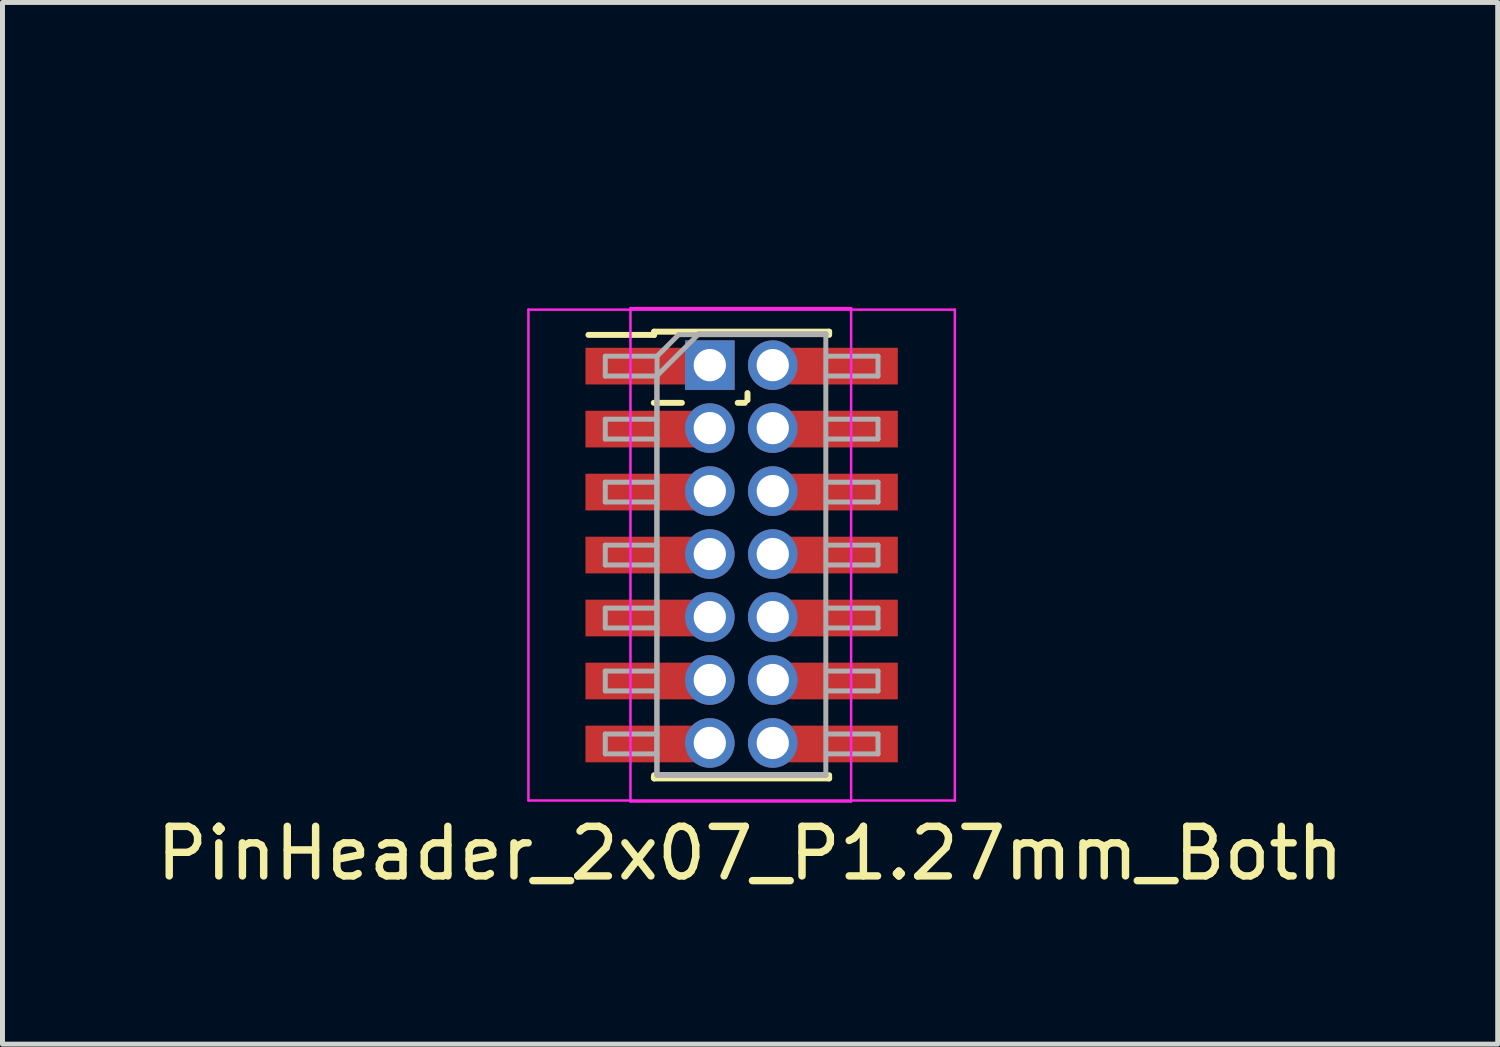
<source format=kicad_pcb>
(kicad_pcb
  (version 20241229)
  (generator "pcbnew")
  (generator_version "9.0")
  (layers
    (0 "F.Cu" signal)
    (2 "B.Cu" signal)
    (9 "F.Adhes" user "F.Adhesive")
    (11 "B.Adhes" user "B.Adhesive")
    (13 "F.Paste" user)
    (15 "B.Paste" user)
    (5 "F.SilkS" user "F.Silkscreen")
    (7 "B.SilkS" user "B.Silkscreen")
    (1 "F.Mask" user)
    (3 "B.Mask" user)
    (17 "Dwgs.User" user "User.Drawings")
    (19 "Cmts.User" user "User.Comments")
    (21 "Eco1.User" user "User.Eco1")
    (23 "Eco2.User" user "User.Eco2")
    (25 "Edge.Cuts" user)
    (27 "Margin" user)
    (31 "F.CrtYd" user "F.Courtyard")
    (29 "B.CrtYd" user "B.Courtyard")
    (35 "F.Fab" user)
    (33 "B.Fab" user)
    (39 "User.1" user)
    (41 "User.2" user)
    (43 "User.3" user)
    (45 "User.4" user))
  (footprint "PinHeader_2x07_P1.27mm_Both"
    (layer "F.Cu")
    (at 12.027 0.25)
    (property "Reference" "PinHeader_2x07_P1.27mm_Both" (at 0.05 13.91 0) (layer "F.SilkS") (effects (font (size 1 1) (thickness 0.15))))
    (attr through_hole)
    (fp_line (start -3.21 3.454) (end -1.885 3.454) (stroke (width 0.12) (type solid)) (layer "F.SilkS"))
    (fp_line (start -1.892 4.824) (end -1.325 4.824) (stroke (width 0.12) (type solid)) (layer "F.SilkS"))
    (fp_line (start -1.892 12.379) (end -1.07 12.379) (stroke (width 0.12) (type solid)) (layer "F.SilkS"))
    (fp_line (start -1.885 3.389) (end -1.885 3.454) (stroke (width 0.12) (type solid)) (layer "F.SilkS"))
    (fp_line (start -1.885 3.389) (end 1.645 3.389) (stroke (width 0.12) (type solid)) (layer "F.SilkS"))
    (fp_line (start -1.885 12.334) (end -1.885 12.399) (stroke (width 0.12) (type solid)) (layer "F.SilkS"))
    (fp_line (start -1.885 12.399) (end 1.645 12.399) (stroke (width 0.12) (type solid)) (layer "F.SilkS"))
    (fp_line (start -0.454 12.379) (end 0.2 12.379) (stroke (width 0.12) (type solid)) (layer "F.SilkS"))
    (fp_line (start -0.199 4.824) (end -0.055 4.824) (stroke (width 0.12) (type solid)) (layer "F.SilkS"))
    (fp_line (start -0.002 4.771) (end -0.002 4.627) (stroke (width 0.12) (type solid)) (layer "F.SilkS"))
    (fp_line (start 0.816 12.379) (end 1.638 12.379) (stroke (width 0.12) (type solid)) (layer "F.SilkS"))
    (fp_line (start 1.645 3.389) (end 1.645 3.454) (stroke (width 0.12) (type solid)) (layer "F.SilkS"))
    (fp_line (start 1.645 12.334) (end 1.645 12.399) (stroke (width 0.12) (type solid)) (layer "F.SilkS"))
    (fp_line (start -4.42 2.944) (end -4.42 12.844) (stroke (width 0.05) (type solid)) (layer "F.CrtYd"))
    (fp_line (start -4.42 12.844) (end 4.18 12.844) (stroke (width 0.05) (type solid)) (layer "F.CrtYd"))
    (fp_line (start -2.362 2.914) (end -2.362 12.864) (stroke (width 0.05) (type solid)) (layer "F.CrtYd"))
    (fp_line (start -2.362 12.864) (end 2.088 12.864) (stroke (width 0.05) (type solid)) (layer "F.CrtYd"))
    (fp_line (start 2.088 2.914) (end -2.362 2.914) (stroke (width 0.05) (type solid)) (layer "F.CrtYd"))
    (fp_line (start 2.088 12.864) (end 2.088 2.914) (stroke (width 0.05) (type solid)) (layer "F.CrtYd"))
    (fp_line (start 4.18 2.944) (end -4.42 2.944) (stroke (width 0.05) (type solid)) (layer "F.CrtYd"))
    (fp_line (start 4.18 12.844) (end 4.18 2.944) (stroke (width 0.05) (type solid)) (layer "F.CrtYd"))
    (fp_line (start -2.87 3.884) (end -2.87 4.284) (stroke (width 0.1) (type solid)) (layer "F.Fab"))
    (fp_line (start -2.87 4.284) (end -1.825 4.284) (stroke (width 0.1) (type solid)) (layer "F.Fab"))
    (fp_line (start -2.87 5.154) (end -2.87 5.554) (stroke (width 0.1) (type solid)) (layer "F.Fab"))
    (fp_line (start -2.87 5.554) (end -1.825 5.554) (stroke (width 0.1) (type solid)) (layer "F.Fab"))
    (fp_line (start -2.87 6.424) (end -2.87 6.824) (stroke (width 0.1) (type solid)) (layer "F.Fab"))
    (fp_line (start -2.87 6.824) (end -1.825 6.824) (stroke (width 0.1) (type solid)) (layer "F.Fab"))
    (fp_line (start -2.87 7.694) (end -2.87 8.094) (stroke (width 0.1) (type solid)) (layer "F.Fab"))
    (fp_line (start -2.87 8.094) (end -1.825 8.094) (stroke (width 0.1) (type solid)) (layer "F.Fab"))
    (fp_line (start -2.87 8.964) (end -2.87 9.364) (stroke (width 0.1) (type solid)) (layer "F.Fab"))
    (fp_line (start -2.87 9.364) (end -1.825 9.364) (stroke (width 0.1) (type solid)) (layer "F.Fab"))
    (fp_line (start -2.87 10.234) (end -2.87 10.634) (stroke (width 0.1) (type solid)) (layer "F.Fab"))
    (fp_line (start -2.87 10.634) (end -1.825 10.634) (stroke (width 0.1) (type solid)) (layer "F.Fab"))
    (fp_line (start -2.87 11.504) (end -2.87 11.904) (stroke (width 0.1) (type solid)) (layer "F.Fab"))
    (fp_line (start -2.87 11.904) (end -1.825 11.904) (stroke (width 0.1) (type solid)) (layer "F.Fab"))
    (fp_line (start -1.832 4.282) (end -0.98 3.429) (stroke (width 0.1) (type solid)) (layer "F.Fab"))
    (fp_line (start -1.832 12.319) (end -1.832 4.282) (stroke (width 0.1) (type solid)) (layer "F.Fab"))
    (fp_line (start -1.825 3.884) (end -2.87 3.884) (stroke (width 0.1) (type solid)) (layer "F.Fab"))
    (fp_line (start -1.825 3.884) (end -1.39 3.449) (stroke (width 0.1) (type solid)) (layer "F.Fab"))
    (fp_line (start -1.825 5.154) (end -2.87 5.154) (stroke (width 0.1) (type solid)) (layer "F.Fab"))
    (fp_line (start -1.825 6.424) (end -2.87 6.424) (stroke (width 0.1) (type solid)) (layer "F.Fab"))
    (fp_line (start -1.825 7.694) (end -2.87 7.694) (stroke (width 0.1) (type solid)) (layer "F.Fab"))
    (fp_line (start -1.825 8.964) (end -2.87 8.964) (stroke (width 0.1) (type solid)) (layer "F.Fab"))
    (fp_line (start -1.825 10.234) (end -2.87 10.234) (stroke (width 0.1) (type solid)) (layer "F.Fab"))
    (fp_line (start -1.825 11.504) (end -2.87 11.504) (stroke (width 0.1) (type solid)) (layer "F.Fab"))
    (fp_line (start -1.825 12.339) (end -1.825 3.884) (stroke (width 0.1) (type solid)) (layer "F.Fab"))
    (fp_line (start -1.39 3.449) (end 1.585 3.449) (stroke (width 0.1) (type solid)) (layer "F.Fab"))
    (fp_line (start -0.98 3.429) (end 1.578 3.429) (stroke (width 0.1) (type solid)) (layer "F.Fab"))
    (fp_line (start 1.578 3.429) (end 1.578 12.319) (stroke (width 0.1) (type solid)) (layer "F.Fab"))
    (fp_line (start 1.578 12.319) (end -1.832 12.319) (stroke (width 0.1) (type solid)) (layer "F.Fab"))
    (fp_line (start 1.585 3.884) (end 2.63 3.884) (stroke (width 0.1) (type solid)) (layer "F.Fab"))
    (fp_line (start 1.585 5.154) (end 2.63 5.154) (stroke (width 0.1) (type solid)) (layer "F.Fab"))
    (fp_line (start 1.585 6.424) (end 2.63 6.424) (stroke (width 0.1) (type solid)) (layer "F.Fab"))
    (fp_line (start 1.585 7.694) (end 2.63 7.694) (stroke (width 0.1) (type solid)) (layer "F.Fab"))
    (fp_line (start 1.585 8.964) (end 2.63 8.964) (stroke (width 0.1) (type solid)) (layer "F.Fab"))
    (fp_line (start 1.585 10.234) (end 2.63 10.234) (stroke (width 0.1) (type solid)) (layer "F.Fab"))
    (fp_line (start 1.585 11.504) (end 2.63 11.504) (stroke (width 0.1) (type solid)) (layer "F.Fab"))
    (fp_line (start 1.585 12.339) (end -1.825 12.339) (stroke (width 0.1) (type solid)) (layer "F.Fab"))
    (fp_line (start 2.63 3.884) (end 2.63 4.284) (stroke (width 0.1) (type solid)) (layer "F.Fab"))
    (fp_line (start 2.63 4.284) (end 1.585 4.284) (stroke (width 0.1) (type solid)) (layer "F.Fab"))
    (fp_line (start 2.63 5.154) (end 2.63 5.554) (stroke (width 0.1) (type solid)) (layer "F.Fab"))
    (fp_line (start 2.63 5.554) (end 1.585 5.554) (stroke (width 0.1) (type solid)) (layer "F.Fab"))
    (fp_line (start 2.63 6.424) (end 2.63 6.824) (stroke (width 0.1) (type solid)) (layer "F.Fab"))
    (fp_line (start 2.63 6.824) (end 1.585 6.824) (stroke (width 0.1) (type solid)) (layer "F.Fab"))
    (fp_line (start 2.63 7.694) (end 2.63 8.094) (stroke (width 0.1) (type solid)) (layer "F.Fab"))
    (fp_line (start 2.63 8.094) (end 1.585 8.094) (stroke (width 0.1) (type solid)) (layer "F.Fab"))
    (fp_line (start 2.63 8.964) (end 2.63 9.364) (stroke (width 0.1) (type solid)) (layer "F.Fab"))
    (fp_line (start 2.63 9.364) (end 1.585 9.364) (stroke (width 0.1) (type solid)) (layer "F.Fab"))
    (fp_line (start 2.63 10.234) (end 2.63 10.634) (stroke (width 0.1) (type solid)) (layer "F.Fab"))
    (fp_line (start 2.63 10.634) (end 1.585 10.634) (stroke (width 0.1) (type solid)) (layer "F.Fab"))
    (fp_line (start 2.63 11.504) (end 2.63 11.904) (stroke (width 0.1) (type solid)) (layer "F.Fab"))
    (fp_line (start 2.63 11.904) (end 1.585 11.904) (stroke (width 0.1) (type solid)) (layer "F.Fab"))
    (pad "1" smd rect (at -2.07 4.084) (size 2.4 0.74) (layers "F.Cu" "F.Mask" "F.Paste"))
    (pad "1" thru_hole rect (at -0.762 4.064) (size 1 1) (drill 0.65) (layers "*.Cu" "*.Mask"))
    (pad "2" thru_hole oval (at 0.508 4.064) (size 1 1) (drill 0.65) (layers "*.Cu" "*.Mask"))
    (pad "2" smd rect (at 1.83 4.084) (size 2.4 0.74) (layers "F.Cu" "F.Mask" "F.Paste"))
    (pad "3" smd rect (at -2.07 5.354) (size 2.4 0.74) (layers "F.Cu" "F.Mask" "F.Paste"))
    (pad "3" thru_hole oval (at -0.762 5.334) (size 1 1) (drill 0.65) (layers "*.Cu" "*.Mask"))
    (pad "4" thru_hole oval (at 0.508 5.334) (size 1 1) (drill 0.65) (layers "*.Cu" "*.Mask"))
    (pad "4" smd rect (at 1.83 5.354) (size 2.4 0.74) (layers "F.Cu" "F.Mask" "F.Paste"))
    (pad "5" smd rect (at -2.07 6.624) (size 2.4 0.74) (layers "F.Cu" "F.Mask" "F.Paste"))
    (pad "5" thru_hole oval (at -0.762 6.604) (size 1 1) (drill 0.65) (layers "*.Cu" "*.Mask"))
    (pad "6" thru_hole oval (at 0.508 6.604) (size 1 1) (drill 0.65) (layers "*.Cu" "*.Mask"))
    (pad "6" smd rect (at 1.83 6.624) (size 2.4 0.74) (layers "F.Cu" "F.Mask" "F.Paste"))
    (pad "7" smd rect (at -2.07 7.894) (size 2.4 0.74) (layers "F.Cu" "F.Mask" "F.Paste"))
    (pad "7" thru_hole oval (at -0.762 7.874) (size 1 1) (drill 0.65) (layers "*.Cu" "*.Mask"))
    (pad "8" thru_hole oval (at 0.508 7.874) (size 1 1) (drill 0.65) (layers "*.Cu" "*.Mask"))
    (pad "8" smd rect (at 1.83 7.894) (size 2.4 0.74) (layers "F.Cu" "F.Mask" "F.Paste"))
    (pad "9" smd rect (at -2.07 9.164) (size 2.4 0.74) (layers "F.Cu" "F.Mask" "F.Paste"))
    (pad "9" thru_hole oval (at -0.762 9.144) (size 1 1) (drill 0.65) (layers "*.Cu" "*.Mask"))
    (pad "10" thru_hole oval (at 0.508 9.144) (size 1 1) (drill 0.65) (layers "*.Cu" "*.Mask"))
    (pad "10" smd rect (at 1.83 9.164) (size 2.4 0.74) (layers "F.Cu" "F.Mask" "F.Paste"))
    (pad "11" smd rect (at -2.07 10.434) (size 2.4 0.74) (layers "F.Cu" "F.Mask" "F.Paste"))
    (pad "11" thru_hole oval (at -0.762 10.414) (size 1 1) (drill 0.65) (layers "*.Cu" "*.Mask"))
    (pad "12" thru_hole oval (at 0.508 10.414) (size 1 1) (drill 0.65) (layers "*.Cu" "*.Mask"))
    (pad "12" smd rect (at 1.83 10.434) (size 2.4 0.74) (layers "F.Cu" "F.Mask" "F.Paste"))
    (pad "13" smd rect (at -2.07 11.704) (size 2.4 0.74) (layers "F.Cu" "F.Mask" "F.Paste"))
    (pad "13" thru_hole oval (at -0.762 11.684) (size 1 1) (drill 0.65) (layers "*.Cu" "*.Mask"))
    (pad "14" thru_hole oval (at 0.508 11.684) (size 1 1) (drill 0.65) (layers "*.Cu" "*.Mask"))
    (pad "14" smd rect (at 1.83 11.704) (size 2.4 0.74) (layers "F.Cu" "F.Mask" "F.Paste")))
  (gr_rect
    (start -3 -3)
    (end 27.155 18.008)
    (stroke (width 0.1) (type default))
    (fill no)
    (layer "Edge.Cuts")))
</source>
